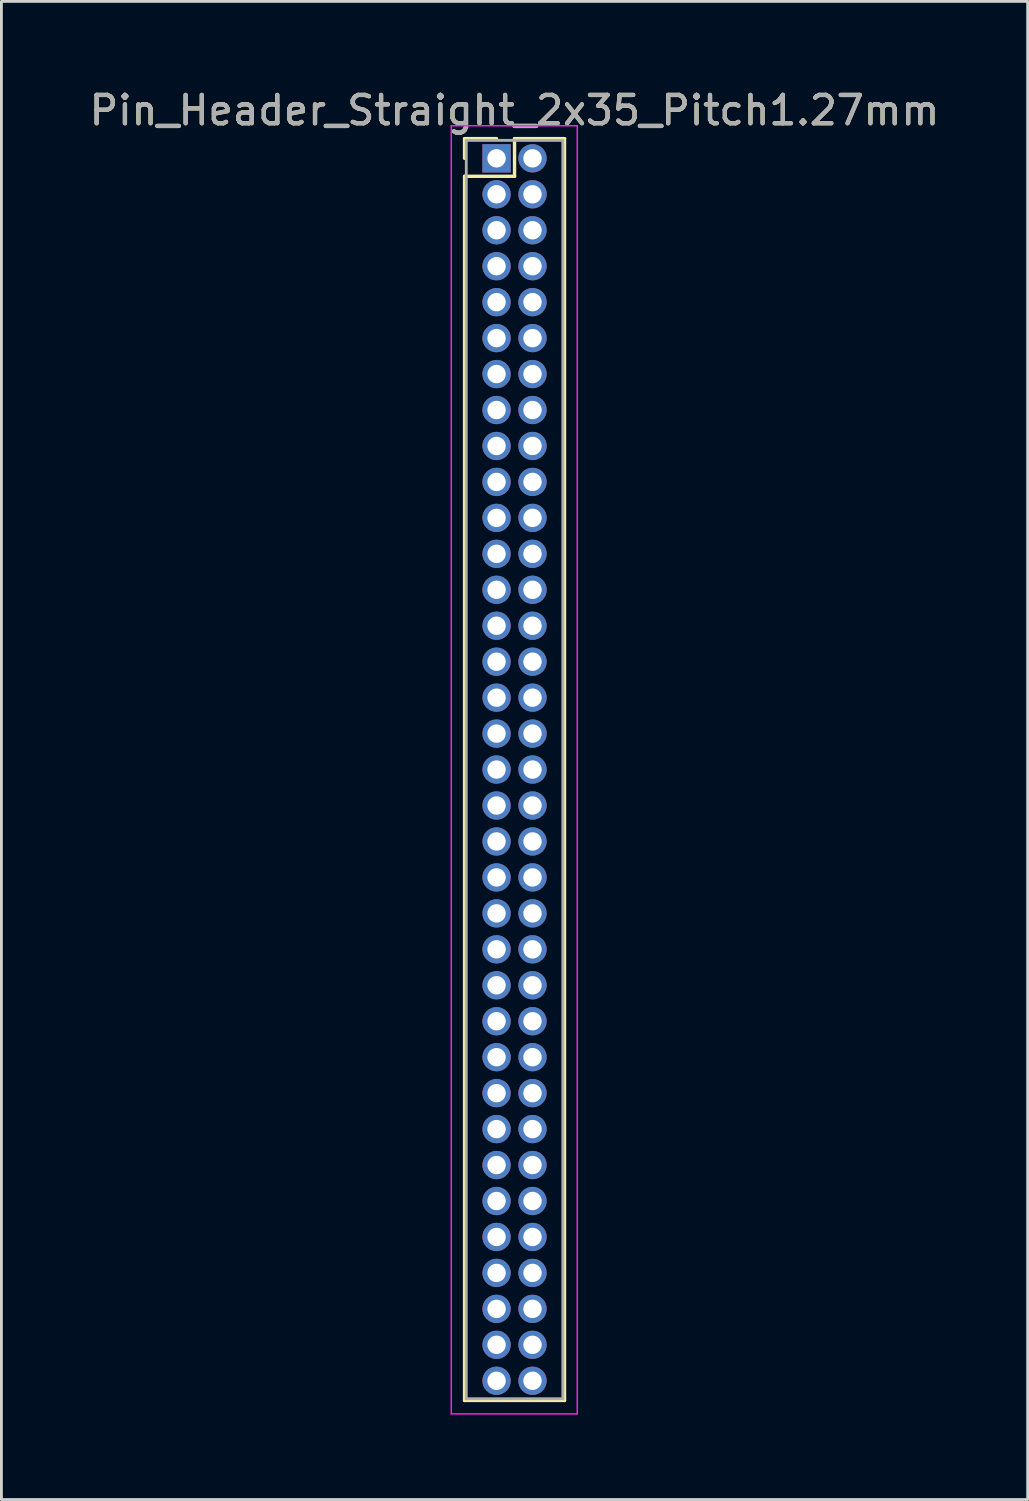
<source format=kicad_pcb>
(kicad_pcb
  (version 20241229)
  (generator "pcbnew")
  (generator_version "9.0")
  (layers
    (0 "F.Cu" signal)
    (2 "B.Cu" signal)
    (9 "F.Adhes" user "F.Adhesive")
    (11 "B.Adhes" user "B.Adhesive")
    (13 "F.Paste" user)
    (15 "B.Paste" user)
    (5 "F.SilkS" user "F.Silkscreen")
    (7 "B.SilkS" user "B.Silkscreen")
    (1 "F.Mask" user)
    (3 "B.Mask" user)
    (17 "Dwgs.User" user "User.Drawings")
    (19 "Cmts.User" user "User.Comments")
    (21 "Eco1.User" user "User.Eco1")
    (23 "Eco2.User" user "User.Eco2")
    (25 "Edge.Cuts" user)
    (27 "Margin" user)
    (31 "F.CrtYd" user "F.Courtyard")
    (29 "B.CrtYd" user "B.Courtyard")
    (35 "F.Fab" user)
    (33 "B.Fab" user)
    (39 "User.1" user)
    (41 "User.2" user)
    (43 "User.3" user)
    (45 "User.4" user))
  (footprint "Pin_Header_Straight_2x35_Pitch1.27mm"
    (layer "F.Cu")
    (at 14.49 2.543)
    (property "Reference" "Pin_Header_Straight_2x35_Pitch1.27mm" (at 0.635 -1.695 0) (layer "F.SilkS") (effects (font (size 1 1) (thickness 0.15))))
    (attr through_hole)
    (fp_line (start -1.13 -0.695) (end 0 -0.695) (stroke (width 0.12) (type solid)) (layer "F.SilkS"))
    (fp_line (start -1.13 0) (end -1.13 -0.695) (stroke (width 0.12) (type solid)) (layer "F.SilkS"))
    (fp_line (start -1.13 0.635) (end -1.13 43.875) (stroke (width 0.12) (type solid)) (layer "F.SilkS"))
    (fp_line (start -1.13 43.875) (end 2.4 43.875) (stroke (width 0.12) (type solid)) (layer "F.SilkS"))
    (fp_line (start 0.635 -0.695) (end 0.635 0.635) (stroke (width 0.12) (type solid)) (layer "F.SilkS"))
    (fp_line (start 0.635 0.635) (end -1.13 0.635) (stroke (width 0.12) (type solid)) (layer "F.SilkS"))
    (fp_line (start 2.4 -0.695) (end 0.635 -0.695) (stroke (width 0.12) (type solid)) (layer "F.SilkS"))
    (fp_line (start 2.4 43.875) (end 2.4 -0.695) (stroke (width 0.12) (type solid)) (layer "F.SilkS"))
    (fp_line (start -1.6 -1.15) (end -1.6 44.35) (stroke (width 0.05) (type solid)) (layer "F.CrtYd"))
    (fp_line (start -1.6 44.35) (end 2.85 44.35) (stroke (width 0.05) (type solid)) (layer "F.CrtYd"))
    (fp_line (start 2.85 -1.15) (end -1.6 -1.15) (stroke (width 0.05) (type solid)) (layer "F.CrtYd"))
    (fp_line (start 2.85 44.35) (end 2.85 -1.15) (stroke (width 0.05) (type solid)) (layer "F.CrtYd"))
    (fp_line (start -1.07 -0.635) (end -1.07 43.815) (stroke (width 0.1) (type solid)) (layer "F.Fab"))
    (fp_line (start -1.07 43.815) (end 2.34 43.815) (stroke (width 0.1) (type solid)) (layer "F.Fab"))
    (fp_line (start 2.34 -0.635) (end -1.07 -0.635) (stroke (width 0.1) (type solid)) (layer "F.Fab"))
    (fp_line (start 2.34 43.815) (end 2.34 -0.635) (stroke (width 0.1) (type solid)) (layer "F.Fab"))
    (fp_text user "${REFERENCE}" (at 0.635 -1.695 0) (layer "F.Fab") (effects (font (size 1 1) (thickness 0.15))))
    (pad "1" thru_hole rect (at 0 0) (size 1 1) (drill 0.65) (layers "*.Cu" "*.Mask"))
    (pad "2" thru_hole oval (at 1.27 0) (size 1 1) (drill 0.65) (layers "*.Cu" "*.Mask"))
    (pad "3" thru_hole oval (at 0 1.27) (size 1 1) (drill 0.65) (layers "*.Cu" "*.Mask"))
    (pad "4" thru_hole oval (at 1.27 1.27) (size 1 1) (drill 0.65) (layers "*.Cu" "*.Mask"))
    (pad "5" thru_hole oval (at 0 2.54) (size 1 1) (drill 0.65) (layers "*.Cu" "*.Mask"))
    (pad "6" thru_hole oval (at 1.27 2.54) (size 1 1) (drill 0.65) (layers "*.Cu" "*.Mask"))
    (pad "7" thru_hole oval (at 0 3.81) (size 1 1) (drill 0.65) (layers "*.Cu" "*.Mask"))
    (pad "8" thru_hole oval (at 1.27 3.81) (size 1 1) (drill 0.65) (layers "*.Cu" "*.Mask"))
    (pad "9" thru_hole oval (at 0 5.08) (size 1 1) (drill 0.65) (layers "*.Cu" "*.Mask"))
    (pad "10" thru_hole oval (at 1.27 5.08) (size 1 1) (drill 0.65) (layers "*.Cu" "*.Mask"))
    (pad "11" thru_hole oval (at 0 6.35) (size 1 1) (drill 0.65) (layers "*.Cu" "*.Mask"))
    (pad "12" thru_hole oval (at 1.27 6.35) (size 1 1) (drill 0.65) (layers "*.Cu" "*.Mask"))
    (pad "13" thru_hole oval (at 0 7.62) (size 1 1) (drill 0.65) (layers "*.Cu" "*.Mask"))
    (pad "14" thru_hole oval (at 1.27 7.62) (size 1 1) (drill 0.65) (layers "*.Cu" "*.Mask"))
    (pad "15" thru_hole oval (at 0 8.89) (size 1 1) (drill 0.65) (layers "*.Cu" "*.Mask"))
    (pad "16" thru_hole oval (at 1.27 8.89) (size 1 1) (drill 0.65) (layers "*.Cu" "*.Mask"))
    (pad "17" thru_hole oval (at 0 10.16) (size 1 1) (drill 0.65) (layers "*.Cu" "*.Mask"))
    (pad "18" thru_hole oval (at 1.27 10.16) (size 1 1) (drill 0.65) (layers "*.Cu" "*.Mask"))
    (pad "19" thru_hole oval (at 0 11.43) (size 1 1) (drill 0.65) (layers "*.Cu" "*.Mask"))
    (pad "20" thru_hole oval (at 1.27 11.43) (size 1 1) (drill 0.65) (layers "*.Cu" "*.Mask"))
    (pad "21" thru_hole oval (at 0 12.7) (size 1 1) (drill 0.65) (layers "*.Cu" "*.Mask"))
    (pad "22" thru_hole oval (at 1.27 12.7) (size 1 1) (drill 0.65) (layers "*.Cu" "*.Mask"))
    (pad "23" thru_hole oval (at 0 13.97) (size 1 1) (drill 0.65) (layers "*.Cu" "*.Mask"))
    (pad "24" thru_hole oval (at 1.27 13.97) (size 1 1) (drill 0.65) (layers "*.Cu" "*.Mask"))
    (pad "25" thru_hole oval (at 0 15.24) (size 1 1) (drill 0.65) (layers "*.Cu" "*.Mask"))
    (pad "26" thru_hole oval (at 1.27 15.24) (size 1 1) (drill 0.65) (layers "*.Cu" "*.Mask"))
    (pad "27" thru_hole oval (at 0 16.51) (size 1 1) (drill 0.65) (layers "*.Cu" "*.Mask"))
    (pad "28" thru_hole oval (at 1.27 16.51) (size 1 1) (drill 0.65) (layers "*.Cu" "*.Mask"))
    (pad "29" thru_hole oval (at 0 17.78) (size 1 1) (drill 0.65) (layers "*.Cu" "*.Mask"))
    (pad "30" thru_hole oval (at 1.27 17.78) (size 1 1) (drill 0.65) (layers "*.Cu" "*.Mask"))
    (pad "31" thru_hole oval (at 0 19.05) (size 1 1) (drill 0.65) (layers "*.Cu" "*.Mask"))
    (pad "32" thru_hole oval (at 1.27 19.05) (size 1 1) (drill 0.65) (layers "*.Cu" "*.Mask"))
    (pad "33" thru_hole oval (at 0 20.32) (size 1 1) (drill 0.65) (layers "*.Cu" "*.Mask"))
    (pad "34" thru_hole oval (at 1.27 20.32) (size 1 1) (drill 0.65) (layers "*.Cu" "*.Mask"))
    (pad "35" thru_hole oval (at 0 21.59) (size 1 1) (drill 0.65) (layers "*.Cu" "*.Mask"))
    (pad "36" thru_hole oval (at 1.27 21.59) (size 1 1) (drill 0.65) (layers "*.Cu" "*.Mask"))
    (pad "37" thru_hole oval (at 0 22.86) (size 1 1) (drill 0.65) (layers "*.Cu" "*.Mask"))
    (pad "38" thru_hole oval (at 1.27 22.86) (size 1 1) (drill 0.65) (layers "*.Cu" "*.Mask"))
    (pad "39" thru_hole oval (at 0 24.13) (size 1 1) (drill 0.65) (layers "*.Cu" "*.Mask"))
    (pad "40" thru_hole oval (at 1.27 24.13) (size 1 1) (drill 0.65) (layers "*.Cu" "*.Mask"))
    (pad "41" thru_hole oval (at 0 25.4) (size 1 1) (drill 0.65) (layers "*.Cu" "*.Mask"))
    (pad "42" thru_hole oval (at 1.27 25.4) (size 1 1) (drill 0.65) (layers "*.Cu" "*.Mask"))
    (pad "43" thru_hole oval (at 0 26.67) (size 1 1) (drill 0.65) (layers "*.Cu" "*.Mask"))
    (pad "44" thru_hole oval (at 1.27 26.67) (size 1 1) (drill 0.65) (layers "*.Cu" "*.Mask"))
    (pad "45" thru_hole oval (at 0 27.94) (size 1 1) (drill 0.65) (layers "*.Cu" "*.Mask"))
    (pad "46" thru_hole oval (at 1.27 27.94) (size 1 1) (drill 0.65) (layers "*.Cu" "*.Mask"))
    (pad "47" thru_hole oval (at 0 29.21) (size 1 1) (drill 0.65) (layers "*.Cu" "*.Mask"))
    (pad "48" thru_hole oval (at 1.27 29.21) (size 1 1) (drill 0.65) (layers "*.Cu" "*.Mask"))
    (pad "49" thru_hole oval (at 0 30.48) (size 1 1) (drill 0.65) (layers "*.Cu" "*.Mask"))
    (pad "50" thru_hole oval (at 1.27 30.48) (size 1 1) (drill 0.65) (layers "*.Cu" "*.Mask"))
    (pad "51" thru_hole oval (at 0 31.75) (size 1 1) (drill 0.65) (layers "*.Cu" "*.Mask"))
    (pad "52" thru_hole oval (at 1.27 31.75) (size 1 1) (drill 0.65) (layers "*.Cu" "*.Mask"))
    (pad "53" thru_hole oval (at 0 33.02) (size 1 1) (drill 0.65) (layers "*.Cu" "*.Mask"))
    (pad "54" thru_hole oval (at 1.27 33.02) (size 1 1) (drill 0.65) (layers "*.Cu" "*.Mask"))
    (pad "55" thru_hole oval (at 0 34.29) (size 1 1) (drill 0.65) (layers "*.Cu" "*.Mask"))
    (pad "56" thru_hole oval (at 1.27 34.29) (size 1 1) (drill 0.65) (layers "*.Cu" "*.Mask"))
    (pad "57" thru_hole oval (at 0 35.56) (size 1 1) (drill 0.65) (layers "*.Cu" "*.Mask"))
    (pad "58" thru_hole oval (at 1.27 35.56) (size 1 1) (drill 0.65) (layers "*.Cu" "*.Mask"))
    (pad "59" thru_hole oval (at 0 36.83) (size 1 1) (drill 0.65) (layers "*.Cu" "*.Mask"))
    (pad "60" thru_hole oval (at 1.27 36.83) (size 1 1) (drill 0.65) (layers "*.Cu" "*.Mask"))
    (pad "61" thru_hole oval (at 0 38.1) (size 1 1) (drill 0.65) (layers "*.Cu" "*.Mask"))
    (pad "62" thru_hole oval (at 1.27 38.1) (size 1 1) (drill 0.65) (layers "*.Cu" "*.Mask"))
    (pad "63" thru_hole oval (at 0 39.37) (size 1 1) (drill 0.65) (layers "*.Cu" "*.Mask"))
    (pad "64" thru_hole oval (at 1.27 39.37) (size 1 1) (drill 0.65) (layers "*.Cu" "*.Mask"))
    (pad "65" thru_hole oval (at 0 40.64) (size 1 1) (drill 0.65) (layers "*.Cu" "*.Mask"))
    (pad "66" thru_hole oval (at 1.27 40.64) (size 1 1) (drill 0.65) (layers "*.Cu" "*.Mask"))
    (pad "67" thru_hole oval (at 0 41.91) (size 1 1) (drill 0.65) (layers "*.Cu" "*.Mask"))
    (pad "68" thru_hole oval (at 1.27 41.91) (size 1 1) (drill 0.65) (layers "*.Cu" "*.Mask"))
    (pad "69" thru_hole oval (at 0 43.18) (size 1 1) (drill 0.65) (layers "*.Cu" "*.Mask"))
    (pad "70" thru_hole oval (at 1.27 43.18) (size 1 1) (drill 0.65) (layers "*.Cu" "*.Mask")))
  (gr_rect
    (start -3 -3)
    (end 33.25 49.918)
    (stroke (width 0.1) (type default))
    (fill no)
    (layer "Edge.Cuts")))
</source>
